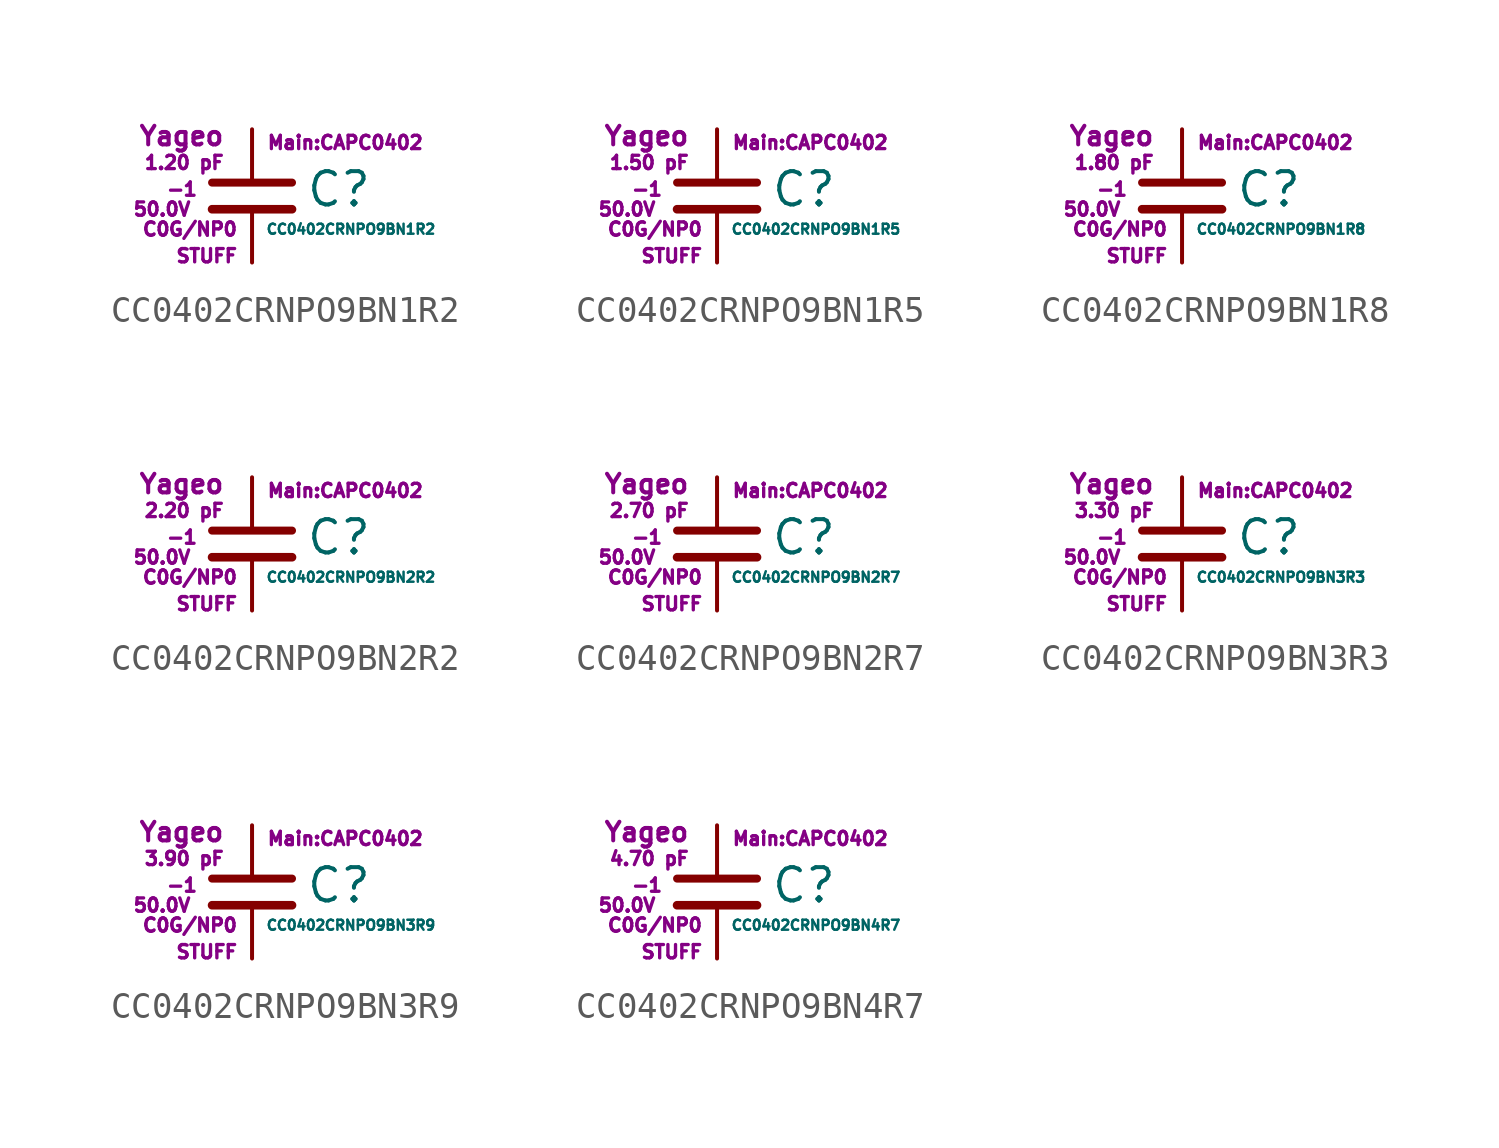
<source format=kicad_sym>
(kicad_symbol_lib
  (version 20211014)
  (generator kicad_symbol_editor)
  (symbol "CC0402CRNPO9BN1R2"
    (pin_numbers hide)
    (pin_names
      (offset 0.254) hide)
    (property "Reference" "C"
      (at 2.032 0.254 0)
      (effects (font (size 1.27 1.27)) (justify left)))
    (property "Value" "CC0402CRNPO9BN1R2"
      (at 0.508 -1.27 0)
      (effects (font (size 0.381 0.381)) (justify left)))
    (property "Footprint" "Main:CAPC0402"
      (at 3.556 2.032 0)
      (effects (font (size 0.508 0.508))))
    (property "Datasheet" ""
      (at 0.762 0.508 0)
      (effects (font (size 1.27 1.27))))
    (property "Manufacturer" "Yageo"
      (at -1.016 2.286 0)
      (effects (font (size 0.711 0.711)) (justify right)))
    (property "SKU" "STUFF"
      (at -0.508 -2.286 0)
      (effects (font (size 0.508 0.508)) (justify right)))
    (property "C" "1.20 pF"
      (at -1.016 1.27 0)
      (effects (font (size 0.508 0.508)) (justify right)))
    (property "Tol" "-1"
      (at -2.032 0.254 0)
      (effects (font (size 0.508 0.508)) (justify right)))
    (property "Vmax" "50.0V"
      (at -2.286 -0.508 0)
      (effects (font (size 0.508 0.508)) (justify right)))
    (property "Type" "C0G/NP0"
      (at -0.508 -1.27 0)
      (effects (font (size 0.508 0.508)) (justify right)))
    (symbol "CC0402CRNPO9BN1R2_0_1"
      (polyline (pts (xy -1.524 -0.508) (xy 1.524 -0.508)) (stroke (width 0.33) (type default) (color 0 0 0 0)) (fill (type none)))
      (polyline (pts (xy -1.524 0.508) (xy 1.524 0.508)) (stroke (width 0.305) (type default) (color 0 0 0 0)) (fill (type none))))
    (symbol "CC0402CRNPO9BN1R2_1_1"
      (pin passive line (at 0 2.54 270) (length 1.905) (name "~" (effects (font (size 1.016 1.016)))) (number "1" (effects (font (size 1.016 1.016)))))
      (pin passive line (at 0 -2.54 90) (length 2.032) (name "~" (effects (font (size 1.016 1.016)))) (number "2" (effects (font (size 1.016 1.016)))))))
  (symbol "CC0402CRNPO9BN1R5"
    (pin_numbers hide)
    (pin_names
      (offset 0.254) hide)
    (property "Reference" "C"
      (at 2.032 0.254 0)
      (effects (font (size 1.27 1.27)) (justify left)))
    (property "Value" "CC0402CRNPO9BN1R5"
      (at 0.508 -1.27 0)
      (effects (font (size 0.381 0.381)) (justify left)))
    (property "Footprint" "Main:CAPC0402"
      (at 3.556 2.032 0)
      (effects (font (size 0.508 0.508))))
    (property "Datasheet" ""
      (at 0.762 0.508 0)
      (effects (font (size 1.27 1.27))))
    (property "Manufacturer" "Yageo"
      (at -1.016 2.286 0)
      (effects (font (size 0.711 0.711)) (justify right)))
    (property "SKU" "STUFF"
      (at -0.508 -2.286 0)
      (effects (font (size 0.508 0.508)) (justify right)))
    (property "C" "1.50 pF"
      (at -1.016 1.27 0)
      (effects (font (size 0.508 0.508)) (justify right)))
    (property "Tol" "-1"
      (at -2.032 0.254 0)
      (effects (font (size 0.508 0.508)) (justify right)))
    (property "Vmax" "50.0V"
      (at -2.286 -0.508 0)
      (effects (font (size 0.508 0.508)) (justify right)))
    (property "Type" "C0G/NP0"
      (at -0.508 -1.27 0)
      (effects (font (size 0.508 0.508)) (justify right)))
    (symbol "CC0402CRNPO9BN1R5_0_1"
      (polyline (pts (xy -1.524 -0.508) (xy 1.524 -0.508)) (stroke (width 0.33) (type default) (color 0 0 0 0)) (fill (type none)))
      (polyline (pts (xy -1.524 0.508) (xy 1.524 0.508)) (stroke (width 0.305) (type default) (color 0 0 0 0)) (fill (type none))))
    (symbol "CC0402CRNPO9BN1R5_1_1"
      (pin passive line (at 0 2.54 270) (length 1.905) (name "~" (effects (font (size 1.016 1.016)))) (number "1" (effects (font (size 1.016 1.016)))))
      (pin passive line (at 0 -2.54 90) (length 2.032) (name "~" (effects (font (size 1.016 1.016)))) (number "2" (effects (font (size 1.016 1.016)))))))
  (symbol "CC0402CRNPO9BN1R8"
    (pin_numbers hide)
    (pin_names
      (offset 0.254) hide)
    (property "Reference" "C"
      (at 2.032 0.254 0)
      (effects (font (size 1.27 1.27)) (justify left)))
    (property "Value" "CC0402CRNPO9BN1R8"
      (at 0.508 -1.27 0)
      (effects (font (size 0.381 0.381)) (justify left)))
    (property "Footprint" "Main:CAPC0402"
      (at 3.556 2.032 0)
      (effects (font (size 0.508 0.508))))
    (property "Datasheet" ""
      (at 0.762 0.508 0)
      (effects (font (size 1.27 1.27))))
    (property "Manufacturer" "Yageo"
      (at -1.016 2.286 0)
      (effects (font (size 0.711 0.711)) (justify right)))
    (property "SKU" "STUFF"
      (at -0.508 -2.286 0)
      (effects (font (size 0.508 0.508)) (justify right)))
    (property "C" "1.80 pF"
      (at -1.016 1.27 0)
      (effects (font (size 0.508 0.508)) (justify right)))
    (property "Tol" "-1"
      (at -2.032 0.254 0)
      (effects (font (size 0.508 0.508)) (justify right)))
    (property "Vmax" "50.0V"
      (at -2.286 -0.508 0)
      (effects (font (size 0.508 0.508)) (justify right)))
    (property "Type" "C0G/NP0"
      (at -0.508 -1.27 0)
      (effects (font (size 0.508 0.508)) (justify right)))
    (symbol "CC0402CRNPO9BN1R8_0_1"
      (polyline (pts (xy -1.524 -0.508) (xy 1.524 -0.508)) (stroke (width 0.33) (type default) (color 0 0 0 0)) (fill (type none)))
      (polyline (pts (xy -1.524 0.508) (xy 1.524 0.508)) (stroke (width 0.305) (type default) (color 0 0 0 0)) (fill (type none))))
    (symbol "CC0402CRNPO9BN1R8_1_1"
      (pin passive line (at 0 2.54 270) (length 1.905) (name "~" (effects (font (size 1.016 1.016)))) (number "1" (effects (font (size 1.016 1.016)))))
      (pin passive line (at 0 -2.54 90) (length 2.032) (name "~" (effects (font (size 1.016 1.016)))) (number "2" (effects (font (size 1.016 1.016)))))))
  (symbol "CC0402CRNPO9BN2R2"
    (pin_numbers hide)
    (pin_names
      (offset 0.254) hide)
    (property "Reference" "C"
      (at 2.032 0.254 0)
      (effects (font (size 1.27 1.27)) (justify left)))
    (property "Value" "CC0402CRNPO9BN2R2"
      (at 0.508 -1.27 0)
      (effects (font (size 0.381 0.381)) (justify left)))
    (property "Footprint" "Main:CAPC0402"
      (at 3.556 2.032 0)
      (effects (font (size 0.508 0.508))))
    (property "Datasheet" ""
      (at 0.762 0.508 0)
      (effects (font (size 1.27 1.27))))
    (property "Manufacturer" "Yageo"
      (at -1.016 2.286 0)
      (effects (font (size 0.711 0.711)) (justify right)))
    (property "SKU" "STUFF"
      (at -0.508 -2.286 0)
      (effects (font (size 0.508 0.508)) (justify right)))
    (property "C" "2.20 pF"
      (at -1.016 1.27 0)
      (effects (font (size 0.508 0.508)) (justify right)))
    (property "Tol" "-1"
      (at -2.032 0.254 0)
      (effects (font (size 0.508 0.508)) (justify right)))
    (property "Vmax" "50.0V"
      (at -2.286 -0.508 0)
      (effects (font (size 0.508 0.508)) (justify right)))
    (property "Type" "C0G/NP0"
      (at -0.508 -1.27 0)
      (effects (font (size 0.508 0.508)) (justify right)))
    (symbol "CC0402CRNPO9BN2R2_0_1"
      (polyline (pts (xy -1.524 -0.508) (xy 1.524 -0.508)) (stroke (width 0.33) (type default) (color 0 0 0 0)) (fill (type none)))
      (polyline (pts (xy -1.524 0.508) (xy 1.524 0.508)) (stroke (width 0.305) (type default) (color 0 0 0 0)) (fill (type none))))
    (symbol "CC0402CRNPO9BN2R2_1_1"
      (pin passive line (at 0 2.54 270) (length 1.905) (name "~" (effects (font (size 1.016 1.016)))) (number "1" (effects (font (size 1.016 1.016)))))
      (pin passive line (at 0 -2.54 90) (length 2.032) (name "~" (effects (font (size 1.016 1.016)))) (number "2" (effects (font (size 1.016 1.016)))))))
  (symbol "CC0402CRNPO9BN2R7"
    (pin_numbers hide)
    (pin_names
      (offset 0.254) hide)
    (property "Reference" "C"
      (at 2.032 0.254 0)
      (effects (font (size 1.27 1.27)) (justify left)))
    (property "Value" "CC0402CRNPO9BN2R7"
      (at 0.508 -1.27 0)
      (effects (font (size 0.381 0.381)) (justify left)))
    (property "Footprint" "Main:CAPC0402"
      (at 3.556 2.032 0)
      (effects (font (size 0.508 0.508))))
    (property "Datasheet" ""
      (at 0.762 0.508 0)
      (effects (font (size 1.27 1.27))))
    (property "Manufacturer" "Yageo"
      (at -1.016 2.286 0)
      (effects (font (size 0.711 0.711)) (justify right)))
    (property "SKU" "STUFF"
      (at -0.508 -2.286 0)
      (effects (font (size 0.508 0.508)) (justify right)))
    (property "C" "2.70 pF"
      (at -1.016 1.27 0)
      (effects (font (size 0.508 0.508)) (justify right)))
    (property "Tol" "-1"
      (at -2.032 0.254 0)
      (effects (font (size 0.508 0.508)) (justify right)))
    (property "Vmax" "50.0V"
      (at -2.286 -0.508 0)
      (effects (font (size 0.508 0.508)) (justify right)))
    (property "Type" "C0G/NP0"
      (at -0.508 -1.27 0)
      (effects (font (size 0.508 0.508)) (justify right)))
    (symbol "CC0402CRNPO9BN2R7_0_1"
      (polyline (pts (xy -1.524 -0.508) (xy 1.524 -0.508)) (stroke (width 0.33) (type default) (color 0 0 0 0)) (fill (type none)))
      (polyline (pts (xy -1.524 0.508) (xy 1.524 0.508)) (stroke (width 0.305) (type default) (color 0 0 0 0)) (fill (type none))))
    (symbol "CC0402CRNPO9BN2R7_1_1"
      (pin passive line (at 0 2.54 270) (length 1.905) (name "~" (effects (font (size 1.016 1.016)))) (number "1" (effects (font (size 1.016 1.016)))))
      (pin passive line (at 0 -2.54 90) (length 2.032) (name "~" (effects (font (size 1.016 1.016)))) (number "2" (effects (font (size 1.016 1.016)))))))
  (symbol "CC0402CRNPO9BN3R3"
    (pin_numbers hide)
    (pin_names
      (offset 0.254) hide)
    (property "Reference" "C"
      (at 2.032 0.254 0)
      (effects (font (size 1.27 1.27)) (justify left)))
    (property "Value" "CC0402CRNPO9BN3R3"
      (at 0.508 -1.27 0)
      (effects (font (size 0.381 0.381)) (justify left)))
    (property "Footprint" "Main:CAPC0402"
      (at 3.556 2.032 0)
      (effects (font (size 0.508 0.508))))
    (property "Datasheet" ""
      (at 0.762 0.508 0)
      (effects (font (size 1.27 1.27))))
    (property "Manufacturer" "Yageo"
      (at -1.016 2.286 0)
      (effects (font (size 0.711 0.711)) (justify right)))
    (property "SKU" "STUFF"
      (at -0.508 -2.286 0)
      (effects (font (size 0.508 0.508)) (justify right)))
    (property "C" "3.30 pF"
      (at -1.016 1.27 0)
      (effects (font (size 0.508 0.508)) (justify right)))
    (property "Tol" "-1"
      (at -2.032 0.254 0)
      (effects (font (size 0.508 0.508)) (justify right)))
    (property "Vmax" "50.0V"
      (at -2.286 -0.508 0)
      (effects (font (size 0.508 0.508)) (justify right)))
    (property "Type" "C0G/NP0"
      (at -0.508 -1.27 0)
      (effects (font (size 0.508 0.508)) (justify right)))
    (symbol "CC0402CRNPO9BN3R3_0_1"
      (polyline (pts (xy -1.524 -0.508) (xy 1.524 -0.508)) (stroke (width 0.33) (type default) (color 0 0 0 0)) (fill (type none)))
      (polyline (pts (xy -1.524 0.508) (xy 1.524 0.508)) (stroke (width 0.305) (type default) (color 0 0 0 0)) (fill (type none))))
    (symbol "CC0402CRNPO9BN3R3_1_1"
      (pin passive line (at 0 2.54 270) (length 1.905) (name "~" (effects (font (size 1.016 1.016)))) (number "1" (effects (font (size 1.016 1.016)))))
      (pin passive line (at 0 -2.54 90) (length 2.032) (name "~" (effects (font (size 1.016 1.016)))) (number "2" (effects (font (size 1.016 1.016)))))))
  (symbol "CC0402CRNPO9BN3R9"
    (pin_numbers hide)
    (pin_names
      (offset 0.254) hide)
    (property "Reference" "C"
      (at 2.032 0.254 0)
      (effects (font (size 1.27 1.27)) (justify left)))
    (property "Value" "CC0402CRNPO9BN3R9"
      (at 0.508 -1.27 0)
      (effects (font (size 0.381 0.381)) (justify left)))
    (property "Footprint" "Main:CAPC0402"
      (at 3.556 2.032 0)
      (effects (font (size 0.508 0.508))))
    (property "Datasheet" ""
      (at 0.762 0.508 0)
      (effects (font (size 1.27 1.27))))
    (property "Manufacturer" "Yageo"
      (at -1.016 2.286 0)
      (effects (font (size 0.711 0.711)) (justify right)))
    (property "SKU" "STUFF"
      (at -0.508 -2.286 0)
      (effects (font (size 0.508 0.508)) (justify right)))
    (property "C" "3.90 pF"
      (at -1.016 1.27 0)
      (effects (font (size 0.508 0.508)) (justify right)))
    (property "Tol" "-1"
      (at -2.032 0.254 0)
      (effects (font (size 0.508 0.508)) (justify right)))
    (property "Vmax" "50.0V"
      (at -2.286 -0.508 0)
      (effects (font (size 0.508 0.508)) (justify right)))
    (property "Type" "C0G/NP0"
      (at -0.508 -1.27 0)
      (effects (font (size 0.508 0.508)) (justify right)))
    (symbol "CC0402CRNPO9BN3R9_0_1"
      (polyline (pts (xy -1.524 -0.508) (xy 1.524 -0.508)) (stroke (width 0.33) (type default) (color 0 0 0 0)) (fill (type none)))
      (polyline (pts (xy -1.524 0.508) (xy 1.524 0.508)) (stroke (width 0.305) (type default) (color 0 0 0 0)) (fill (type none))))
    (symbol "CC0402CRNPO9BN3R9_1_1"
      (pin passive line (at 0 2.54 270) (length 1.905) (name "~" (effects (font (size 1.016 1.016)))) (number "1" (effects (font (size 1.016 1.016)))))
      (pin passive line (at 0 -2.54 90) (length 2.032) (name "~" (effects (font (size 1.016 1.016)))) (number "2" (effects (font (size 1.016 1.016)))))))
  (symbol "CC0402CRNPO9BN4R7"
    (pin_numbers hide)
    (pin_names
      (offset 0.254) hide)
    (property "Reference" "C"
      (at 2.032 0.254 0)
      (effects (font (size 1.27 1.27)) (justify left)))
    (property "Value" "CC0402CRNPO9BN4R7"
      (at 0.508 -1.27 0)
      (effects (font (size 0.381 0.381)) (justify left)))
    (property "Footprint" "Main:CAPC0402"
      (at 3.556 2.032 0)
      (effects (font (size 0.508 0.508))))
    (property "Datasheet" ""
      (at 0.762 0.508 0)
      (effects (font (size 1.27 1.27))))
    (property "Manufacturer" "Yageo"
      (at -1.016 2.286 0)
      (effects (font (size 0.711 0.711)) (justify right)))
    (property "SKU" "STUFF"
      (at -0.508 -2.286 0)
      (effects (font (size 0.508 0.508)) (justify right)))
    (property "C" "4.70 pF"
      (at -1.016 1.27 0)
      (effects (font (size 0.508 0.508)) (justify right)))
    (property "Tol" "-1"
      (at -2.032 0.254 0)
      (effects (font (size 0.508 0.508)) (justify right)))
    (property "Vmax" "50.0V"
      (at -2.286 -0.508 0)
      (effects (font (size 0.508 0.508)) (justify right)))
    (property "Type" "C0G/NP0"
      (at -0.508 -1.27 0)
      (effects (font (size 0.508 0.508)) (justify right)))
    (symbol "CC0402CRNPO9BN4R7_0_1"
      (polyline (pts (xy -1.524 -0.508) (xy 1.524 -0.508)) (stroke (width 0.33) (type default) (color 0 0 0 0)) (fill (type none)))
      (polyline (pts (xy -1.524 0.508) (xy 1.524 0.508)) (stroke (width 0.305) (type default) (color 0 0 0 0)) (fill (type none))))
    (symbol "CC0402CRNPO9BN4R7_1_1"
      (pin passive line (at 0 2.54 270) (length 1.905) (name "~" (effects (font (size 1.016 1.016)))) (number "1" (effects (font (size 1.016 1.016)))))
      (pin passive line (at 0 -2.54 90) (length 2.032) (name "~" (effects (font (size 1.016 1.016)))) (number "2" (effects (font (size 1.016 1.016))))))))
</source>
